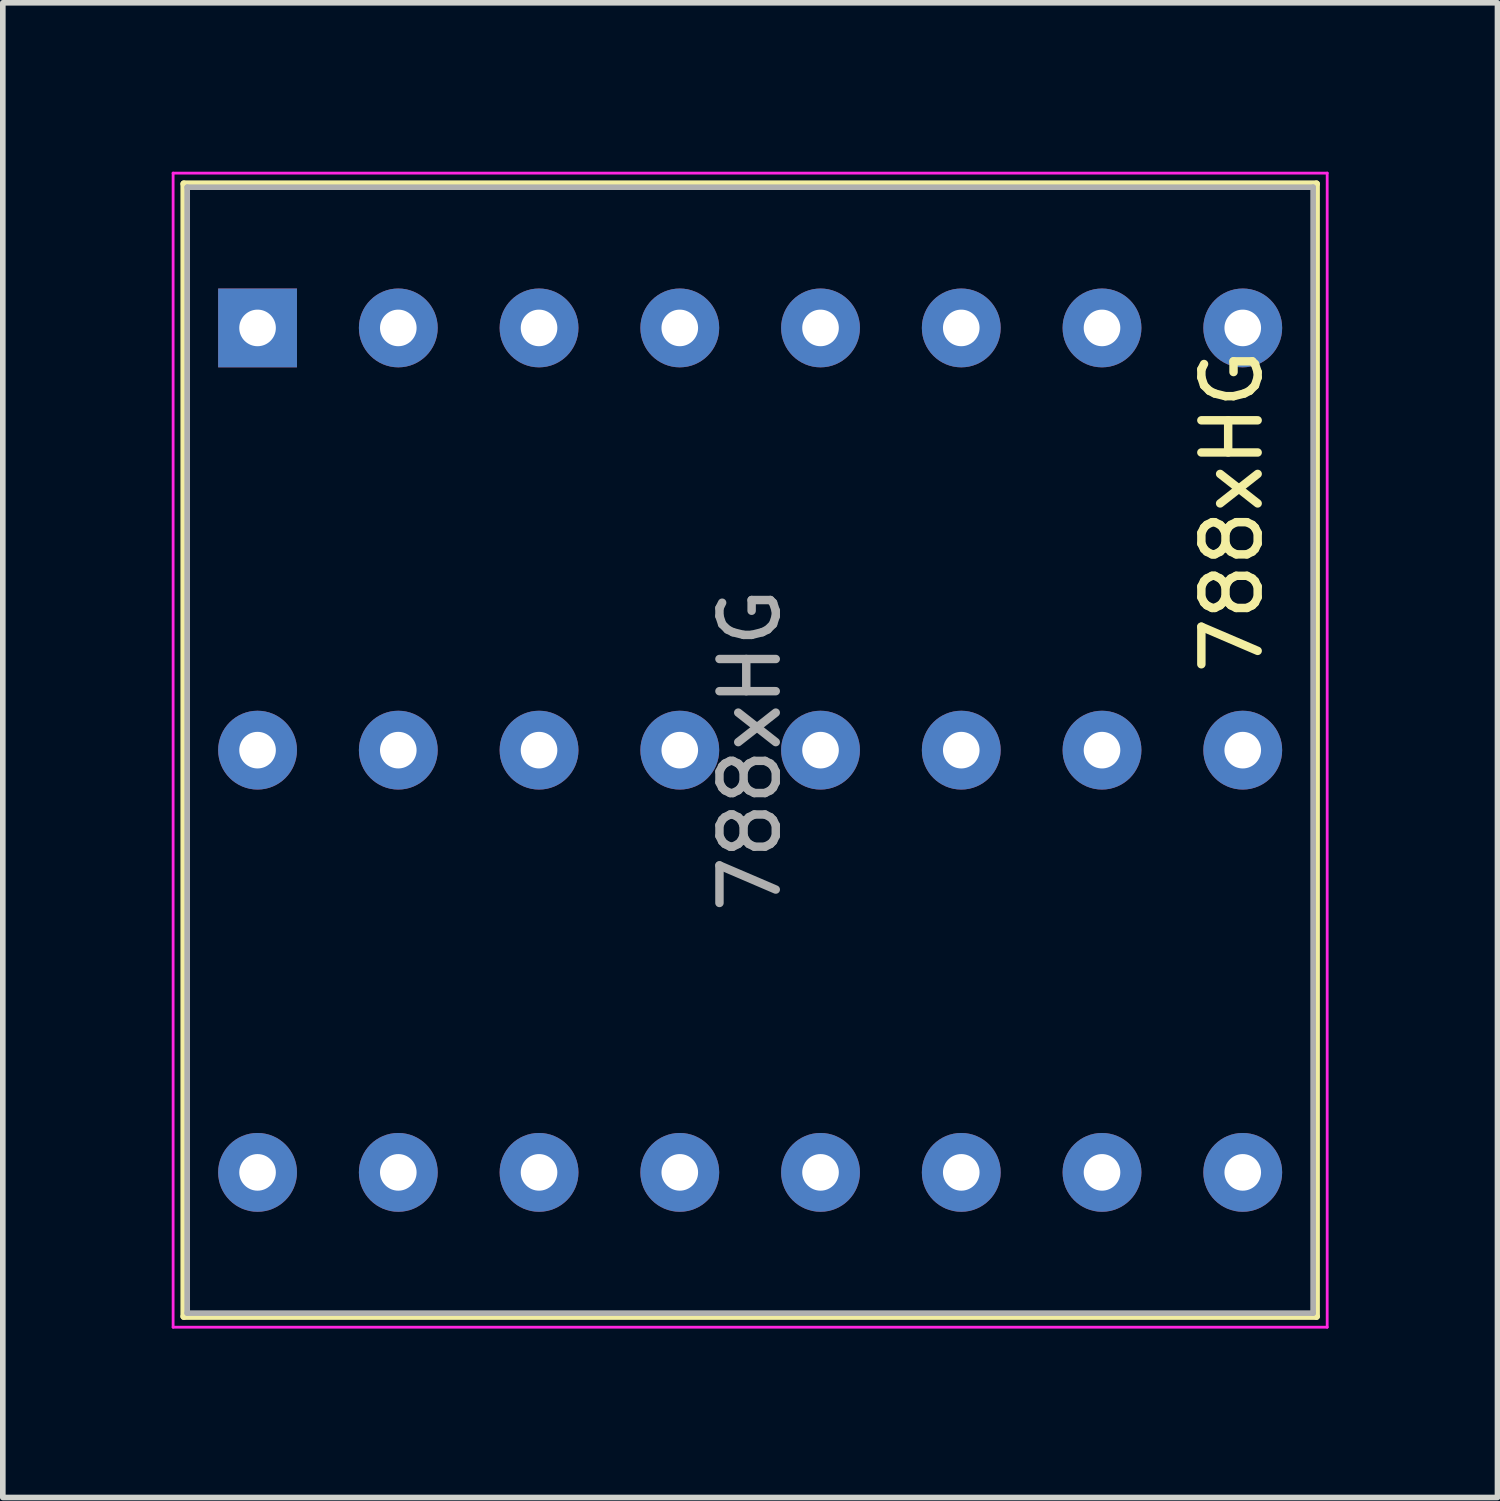
<source format=kicad_pcb>
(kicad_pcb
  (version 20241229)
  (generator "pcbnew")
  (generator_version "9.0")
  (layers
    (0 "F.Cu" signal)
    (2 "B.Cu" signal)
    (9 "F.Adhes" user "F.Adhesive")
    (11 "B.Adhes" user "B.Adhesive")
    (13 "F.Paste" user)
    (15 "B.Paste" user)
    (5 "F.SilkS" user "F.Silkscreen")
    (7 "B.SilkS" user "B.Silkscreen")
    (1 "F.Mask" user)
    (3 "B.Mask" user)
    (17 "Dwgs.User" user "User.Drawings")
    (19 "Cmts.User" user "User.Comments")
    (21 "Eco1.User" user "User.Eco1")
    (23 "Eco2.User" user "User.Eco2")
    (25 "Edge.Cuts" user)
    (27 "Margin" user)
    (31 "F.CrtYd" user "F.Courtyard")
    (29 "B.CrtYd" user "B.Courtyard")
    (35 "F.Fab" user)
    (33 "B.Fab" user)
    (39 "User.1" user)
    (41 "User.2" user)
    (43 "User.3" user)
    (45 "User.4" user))
  (footprint "788xHG"
    (layer "F.Cu")
    (at 1.525 2.775)
    (property "Reference" "788xHG" (at 17.31 3.26 270) (layer "F.SilkS") (effects (font (size 1 1) (thickness 0.15))))
    (attr through_hole)
    (fp_line (start -1.31 -2.56) (end -1.31 17.56) (stroke (width 0.12) (type solid)) (layer "F.SilkS"))
    (fp_line (start -1.31 17.56) (end 18.81 17.56) (stroke (width 0.12) (type solid)) (layer "F.SilkS"))
    (fp_line (start 18.81 -2.56) (end -1.31 -2.56) (stroke (width 0.12) (type solid)) (layer "F.SilkS"))
    (fp_line (start 18.81 17.56) (end 18.81 -2.56) (stroke (width 0.12) (type solid)) (layer "F.SilkS"))
    (fp_line (start -1.5 -2.75) (end -1.5 17.75) (stroke (width 0.05) (type solid)) (layer "F.CrtYd"))
    (fp_line (start -1.5 17.75) (end 19 17.75) (stroke (width 0.05) (type solid)) (layer "F.CrtYd"))
    (fp_line (start 19 -2.75) (end -1.5 -2.75) (stroke (width 0.05) (type solid)) (layer "F.CrtYd"))
    (fp_line (start 19 -2.75) (end 19 17.75) (stroke (width 0.05) (type solid)) (layer "F.CrtYd"))
    (fp_line (start -1.25 -2.5) (end -1.25 17.5) (stroke (width 0.1) (type solid)) (layer "F.Fab"))
    (fp_line (start 18.75 -2.5) (end -1.25 -2.5) (stroke (width 0.1) (type solid)) (layer "F.Fab"))
    (fp_line (start 18.75 -2.5) (end 18.75 17.5) (stroke (width 0.1) (type solid)) (layer "F.Fab"))
    (fp_line (start 18.75 17.5) (end -1.25 17.5) (stroke (width 0.1) (type solid)) (layer "F.Fab"))
    (fp_text user "${REFERENCE}" (at 8.75 7.5 270) (layer "F.Fab") (effects (font (size 1 1) (thickness 0.15))))
    (pad "1" thru_hole rect (at 0 0) (size 1.4 1.4) (drill 0.65) (layers "*.Cu" "*.Mask"))
    (pad "2" thru_hole circle (at 2.5 0) (size 1.4 1.4) (drill 0.65) (layers "*.Cu" "*.Mask"))
    (pad "3" thru_hole circle (at 5 0) (size 1.4 1.4) (drill 0.65) (layers "*.Cu" "*.Mask"))
    (pad "4" thru_hole circle (at 7.5 0) (size 1.4 1.4) (drill 0.65) (layers "*.Cu" "*.Mask"))
    (pad "5" thru_hole circle (at 10 0) (size 1.4 1.4) (drill 0.65) (layers "*.Cu" "*.Mask"))
    (pad "6" thru_hole circle (at 12.5 0) (size 1.4 1.4) (drill 0.65) (layers "*.Cu" "*.Mask"))
    (pad "7" thru_hole circle (at 15 0) (size 1.4 1.4) (drill 0.65) (layers "*.Cu" "*.Mask"))
    (pad "8" thru_hole circle (at 17.5 0) (size 1.4 1.4) (drill 0.65) (layers "*.Cu" "*.Mask"))
    (pad "9" thru_hole circle (at 0 7.5) (size 1.4 1.4) (drill 0.65) (layers "*.Cu" "*.Mask"))
    (pad "10" thru_hole circle (at 2.5 7.5) (size 1.4 1.4) (drill 0.65) (layers "*.Cu" "*.Mask"))
    (pad "11" thru_hole circle (at 5 7.5) (size 1.4 1.4) (drill 0.65) (layers "*.Cu" "*.Mask"))
    (pad "12" thru_hole circle (at 7.5 7.5) (size 1.4 1.4) (drill 0.65) (layers "*.Cu" "*.Mask"))
    (pad "13" thru_hole circle (at 10 7.5) (size 1.4 1.4) (drill 0.65) (layers "*.Cu" "*.Mask"))
    (pad "14" thru_hole circle (at 12.5 7.5) (size 1.4 1.4) (drill 0.65) (layers "*.Cu" "*.Mask"))
    (pad "15" thru_hole circle (at 15 7.5) (size 1.4 1.4) (drill 0.65) (layers "*.Cu" "*.Mask"))
    (pad "16" thru_hole circle (at 17.5 7.5) (size 1.4 1.4) (drill 0.65) (layers "*.Cu" "*.Mask"))
    (pad "17" thru_hole circle (at 0 15) (size 1.4 1.4) (drill 0.65) (layers "*.Cu" "*.Mask"))
    (pad "18" thru_hole circle (at 2.5 15) (size 1.4 1.4) (drill 0.65) (layers "*.Cu" "*.Mask"))
    (pad "19" thru_hole circle (at 5 15) (size 1.4 1.4) (drill 0.65) (layers "*.Cu" "*.Mask"))
    (pad "20" thru_hole circle (at 7.5 15) (size 1.4 1.4) (drill 0.65) (layers "*.Cu" "*.Mask"))
    (pad "21" thru_hole circle (at 10 15) (size 1.4 1.4) (drill 0.65) (layers "*.Cu" "*.Mask"))
    (pad "22" thru_hole circle (at 12.5 15) (size 1.4 1.4) (drill 0.65) (layers "*.Cu" "*.Mask"))
    (pad "23" thru_hole circle (at 15 15) (size 1.4 1.4) (drill 0.65) (layers "*.Cu" "*.Mask"))
    (pad "24" thru_hole circle (at 17.5 15) (size 1.4 1.4) (drill 0.65) (layers "*.Cu" "*.Mask")))
  (gr_rect
    (start -3 -3)
    (end 23.55 23.55)
    (stroke (width 0.1) (type default))
    (fill no)
    (layer "Edge.Cuts")))
</source>
